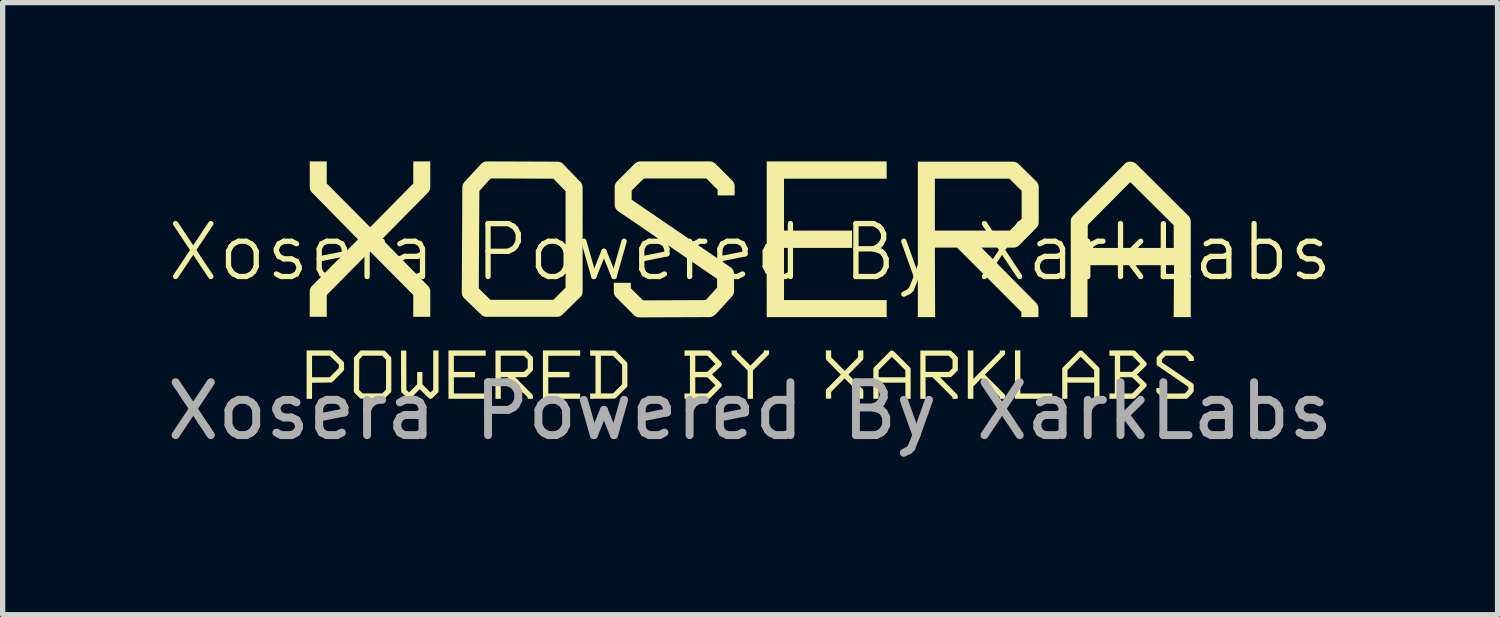
<source format=kicad_pcb>
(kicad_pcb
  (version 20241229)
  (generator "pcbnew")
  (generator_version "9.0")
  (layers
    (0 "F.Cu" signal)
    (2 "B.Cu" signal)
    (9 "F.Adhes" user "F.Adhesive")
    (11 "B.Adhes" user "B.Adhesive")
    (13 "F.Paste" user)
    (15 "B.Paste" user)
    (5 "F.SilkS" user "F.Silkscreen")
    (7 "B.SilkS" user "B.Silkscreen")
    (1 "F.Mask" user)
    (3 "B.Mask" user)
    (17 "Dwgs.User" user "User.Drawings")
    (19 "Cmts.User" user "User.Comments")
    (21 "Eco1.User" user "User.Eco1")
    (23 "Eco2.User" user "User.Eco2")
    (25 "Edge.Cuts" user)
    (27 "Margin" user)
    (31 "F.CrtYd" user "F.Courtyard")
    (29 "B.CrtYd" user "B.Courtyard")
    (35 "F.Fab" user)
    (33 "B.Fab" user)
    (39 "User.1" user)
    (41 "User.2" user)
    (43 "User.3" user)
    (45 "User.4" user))
  (footprint "Xosera Powered By XarkLabs"
    (layer "F.Cu")
    (at 11.125 2.218)
    (property "Reference" "Xosera Powered By XarkLabs" (at 0 -0.5 0) (unlocked yes) (layer "F.SilkS") (effects (font (size 1 1) (thickness 0.1))))
    (attr board_only exclude_from_pos_files exclude_from_bom allow_missing_courtyard)
    (fp_poly (pts (xy 5.107 2.168) (xy 5.71 2.168) (xy 5.71 2.268) (xy 5.006 2.268) (xy 5.006 1.354) (xy 5.107 1.354)) (stroke (width -0.000001) (type solid)) (fill yes) (layer "F.SilkS"))
    (fp_poly (pts (xy -4.996 1.455) (xy -5.598 1.455) (xy -5.598 1.76) (xy -5.199 1.76) (xy -5.199 1.862) (xy -5.598 1.862) (xy -5.598 2.168) (xy -4.996 2.168) (xy -4.996 2.268) (xy -5.7 2.268) (xy -5.7 1.354) (xy -4.996 1.354)) (stroke (width -0.000001) (type solid)) (fill yes) (layer "F.SilkS"))
    (fp_poly (pts (xy -3.211 1.455) (xy -3.814 1.455) (xy -3.814 1.76) (xy -3.414 1.76) (xy -3.414 1.862) (xy -3.814 1.862) (xy -3.814 2.168) (xy -3.211 2.168) (xy -3.211 2.268) (xy -3.915 2.268) (xy -3.915 1.354) (xy -3.211 1.354)) (stroke (width -0.000001) (type solid)) (fill yes) (layer "F.SilkS"))
    (fp_poly (pts (xy 2.581 -1.891) (xy 0.641 -1.891) (xy 0.641 -0.91) (xy 1.927 -0.91) (xy 1.927 -0.583) (xy 0.641 -0.583) (xy 0.641 0.403) (xy 2.581 0.403) (xy 2.581 0.725) (xy 0.314 0.725) (xy 0.314 -2.218) (xy 2.581 -2.218)) (stroke (width -0.000001) (type solid)) (fill yes) (layer "F.SilkS"))
    (fp_poly (pts (xy -0.25 1.386) (xy 0.006 1.64) (xy 0.259 1.384) (xy 0.259 1.354) (xy 0.359 1.354) (xy 0.359 1.404) (xy 0.359 1.407) (xy 0.359 1.41) (xy 0.358 1.412) (xy 0.358 1.415) (xy 0.358 1.417) (xy 0.357 1.42) (xy 0.356 1.422) (xy 0.356 1.425) (xy 0.355 1.427) (xy 0.354 1.429) (xy 0.353 1.431) (xy 0.351 1.433) (xy 0.35 1.435) (xy 0.349 1.437) (xy 0.347 1.439) (xy 0.346 1.44) (xy 0.054 1.732) (xy 0.054 2.268) (xy -0.047 2.268) (xy -0.047 1.732) (xy -0.335 1.442) (xy -0.337 1.44) (xy -0.339 1.438) (xy -0.34 1.436) (xy -0.342 1.434) (xy -0.343 1.432) (xy -0.344 1.43) (xy -0.345 1.428) (xy -0.346 1.426) (xy -0.347 1.424) (xy -0.348 1.421) (xy -0.349 1.419) (xy -0.349 1.417) (xy -0.35 1.414) (xy -0.35 1.412) (xy -0.35 1.41) (xy -0.35 1.407) (xy -0.35 1.354) (xy -0.25 1.354)) (stroke (width -0.000001) (type solid)) (fill yes) (layer "F.SilkS"))
    (fp_poly (pts (xy 4.219 1.893) (xy 4.72 1.387) (xy 4.72 1.356) (xy 4.819 1.356) (xy 4.819 1.407) (xy 4.819 1.41) (xy 4.819 1.412) (xy 4.819 1.414) (xy 4.819 1.417) (xy 4.818 1.419) (xy 4.817 1.421) (xy 4.817 1.424) (xy 4.816 1.426) (xy 4.815 1.428) (xy 4.814 1.43) (xy 4.812 1.432) (xy 4.811 1.434) (xy 4.81 1.436) (xy 4.808 1.438) (xy 4.806 1.44) (xy 4.804 1.442) (xy 4.437 1.812) (xy 4.806 2.181) (xy 4.808 2.183) (xy 4.81 2.185) (xy 4.811 2.187) (xy 4.813 2.189) (xy 4.814 2.191) (xy 4.815 2.193) (xy 4.816 2.195) (xy 4.817 2.197) (xy 4.818 2.2) (xy 4.819 2.202) (xy 4.82 2.204) (xy 4.82 2.206) (xy 4.821 2.209) (xy 4.821 2.211) (xy 4.821 2.214) (xy 4.821 2.216) (xy 4.821 2.268) (xy 4.721 2.268) (xy 4.721 2.236) (xy 4.367 1.882) (xy 4.219 2.036) (xy 4.219 2.268) (xy 4.114 2.268) (xy 4.114 1.354) (xy 4.219 1.354)) (stroke (width -0.000001) (type solid)) (fill yes) (layer "F.SilkS"))
    (fp_poly (pts (xy -7.921 1.354) (xy -7.918 1.354) (xy -7.916 1.354) (xy -7.914 1.355) (xy -7.911 1.355) (xy -7.909 1.356) (xy -7.907 1.357) (xy -7.905 1.358) (xy -7.902 1.359) (xy -7.9 1.36) (xy -7.898 1.361) (xy -7.896 1.362) (xy -7.894 1.364) (xy -7.892 1.365) (xy -7.89 1.367) (xy -7.888 1.369) (xy -7.689 1.565) (xy -7.687 1.567) (xy -7.685 1.569) (xy -7.683 1.571) (xy -7.682 1.573) (xy -7.681 1.575) (xy -7.679 1.577) (xy -7.678 1.579) (xy -7.677 1.582) (xy -7.676 1.584) (xy -7.676 1.586) (xy -7.675 1.588) (xy -7.675 1.591) (xy -7.674 1.593) (xy -7.674 1.595) (xy -7.674 1.598) (xy -7.674 1.6) (xy -7.672 1.707) (xy -7.672 1.709) (xy -7.672 1.712) (xy -7.672 1.714) (xy -7.673 1.716) (xy -7.673 1.719) (xy -7.674 1.721) (xy -7.675 1.723) (xy -7.676 1.725) (xy -7.677 1.728) (xy -7.678 1.73) (xy -7.679 1.732) (xy -7.68 1.734) (xy -7.682 1.736) (xy -7.683 1.738) (xy -7.685 1.74) (xy -7.687 1.742) (xy -7.888 1.946) (xy -7.89 1.948) (xy -7.892 1.95) (xy -7.894 1.952) (xy -7.896 1.953) (xy -7.898 1.954) (xy -7.9 1.956) (xy -7.902 1.957) (xy -7.905 1.958) (xy -7.907 1.959) (xy -7.909 1.959) (xy -7.911 1.96) (xy -7.914 1.96) (xy -7.916 1.961) (xy -7.918 1.961) (xy -7.921 1.961) (xy -7.923 1.961) (xy -8.278 1.965) (xy -8.278 2.269) (xy -8.381 2.269) (xy -8.381 1.862) (xy -8.278 1.862) (xy -7.945 1.862) (xy -7.772 1.687) (xy -7.773 1.622) (xy -7.943 1.454) (xy -8.278 1.455) (xy -8.278 1.862) (xy -8.381 1.862) (xy -8.381 1.354) (xy -7.923 1.354)) (stroke (width -0.000001) (type solid)) (fill yes) (layer "F.SilkS"))
    (fp_poly (pts (xy 2.68 1.356) (xy 2.683 1.356) (xy 2.686 1.356) (xy 2.688 1.357) (xy 2.691 1.357) (xy 2.694 1.358) (xy 2.696 1.358) (xy 2.699 1.359) (xy 2.701 1.36) (xy 2.703 1.361) (xy 2.705 1.363) (xy 2.708 1.364) (xy 2.71 1.365) (xy 2.712 1.367) (xy 2.714 1.369) (xy 2.716 1.371) (xy 3.02 1.673) (xy 3.022 1.675) (xy 3.023 1.677) (xy 3.025 1.679) (xy 3.026 1.681) (xy 3.027 1.683) (xy 3.028 1.685) (xy 3.029 1.687) (xy 3.03 1.689) (xy 3.031 1.691) (xy 3.032 1.693) (xy 3.032 1.696) (xy 3.033 1.698) (xy 3.033 1.701) (xy 3.033 1.703) (xy 3.033 1.706) (xy 3.034 1.708) (xy 3.034 2.268) (xy 2.934 2.268) (xy 2.935 1.963) (xy 2.428 1.963) (xy 2.428 2.268) (xy 2.329 2.268) (xy 2.329 1.727) (xy 2.429 1.727) (xy 2.429 1.862) (xy 2.934 1.862) (xy 2.934 1.728) (xy 2.679 1.475) (xy 2.429 1.727) (xy 2.329 1.727) (xy 2.329 1.705) (xy 2.33 1.703) (xy 2.33 1.701) (xy 2.33 1.698) (xy 2.33 1.696) (xy 2.331 1.694) (xy 2.332 1.692) (xy 2.332 1.69) (xy 2.333 1.688) (xy 2.334 1.686) (xy 2.335 1.684) (xy 2.337 1.682) (xy 2.338 1.68) (xy 2.339 1.678) (xy 2.341 1.676) (xy 2.343 1.674) (xy 2.344 1.672) (xy 2.644 1.371) (xy 2.646 1.369) (xy 2.647 1.367) (xy 2.649 1.365) (xy 2.651 1.364) (xy 2.653 1.363) (xy 2.655 1.361) (xy 2.657 1.36) (xy 2.659 1.359) (xy 2.661 1.358) (xy 2.663 1.358) (xy 2.666 1.357) (xy 2.668 1.357) (xy 2.67 1.356) (xy 2.672 1.356) (xy 2.675 1.356) (xy 2.677 1.356)) (stroke (width -0.000001) (type solid)) (fill yes) (layer "F.SilkS"))
    (fp_poly (pts (xy 6.249 1.356) (xy 6.252 1.356) (xy 6.254 1.356) (xy 6.257 1.357) (xy 6.26 1.357) (xy 6.262 1.358) (xy 6.265 1.358) (xy 6.267 1.359) (xy 6.269 1.36) (xy 6.272 1.361) (xy 6.274 1.363) (xy 6.276 1.364) (xy 6.278 1.365) (xy 6.28 1.367) (xy 6.282 1.369) (xy 6.284 1.371) (xy 6.589 1.673) (xy 6.59 1.675) (xy 6.592 1.677) (xy 6.593 1.679) (xy 6.595 1.681) (xy 6.596 1.683) (xy 6.597 1.685) (xy 6.598 1.687) (xy 6.599 1.689) (xy 6.599 1.691) (xy 6.6 1.693) (xy 6.601 1.696) (xy 6.601 1.698) (xy 6.602 1.701) (xy 6.602 1.703) (xy 6.602 1.706) (xy 6.602 1.708) (xy 6.602 2.268) (xy 6.502 2.268) (xy 6.504 1.963) (xy 5.996 1.963) (xy 5.996 2.268) (xy 5.898 2.268) (xy 5.898 1.862) (xy 5.998 1.862) (xy 6.502 1.862) (xy 6.502 1.728) (xy 6.248 1.475) (xy 5.998 1.727) (xy 5.998 1.862) (xy 5.898 1.862) (xy 5.898 1.705) (xy 5.898 1.703) (xy 5.898 1.701) (xy 5.899 1.698) (xy 5.899 1.696) (xy 5.899 1.694) (xy 5.9 1.692) (xy 5.901 1.69) (xy 5.902 1.688) (xy 5.903 1.686) (xy 5.904 1.684) (xy 5.905 1.682) (xy 5.906 1.68) (xy 5.908 1.678) (xy 5.909 1.676) (xy 5.911 1.674) (xy 5.913 1.672) (xy 6.213 1.371) (xy 6.214 1.369) (xy 6.216 1.367) (xy 6.218 1.365) (xy 6.22 1.364) (xy 6.222 1.363) (xy 6.223 1.361) (xy 6.225 1.36) (xy 6.228 1.359) (xy 6.23 1.358) (xy 6.232 1.358) (xy 6.234 1.357) (xy 6.236 1.357) (xy 6.239 1.356) (xy 6.241 1.356) (xy 6.243 1.356) (xy 6.246 1.356)) (stroke (width -0.000001) (type solid)) (fill yes) (layer "F.SilkS"))
    (fp_poly (pts (xy 7.189 -2.213) (xy 7.198 -2.212) (xy 7.207 -2.211) (xy 7.216 -2.21) (xy 7.224 -2.208) (xy 7.232 -2.206) (xy 7.24 -2.203) (xy 7.248 -2.201) (xy 7.256 -2.197) (xy 7.263 -2.194) (xy 7.27 -2.19) (xy 7.277 -2.186) (xy 7.284 -2.181) (xy 7.291 -2.176) (xy 7.297 -2.17) (xy 7.303 -2.164) (xy 8.284 -1.189) (xy 8.289 -1.183) (xy 8.294 -1.178) (xy 8.299 -1.172) (xy 8.303 -1.166) (xy 8.307 -1.16) (xy 8.31 -1.153) (xy 8.313 -1.146) (xy 8.316 -1.139) (xy 8.319 -1.132) (xy 8.321 -1.125) (xy 8.323 -1.117) (xy 8.324 -1.11) (xy 8.325 -1.102) (xy 8.326 -1.093) (xy 8.327 -1.085) (xy 8.327 -1.076) (xy 8.327 0.725) (xy 8.005 0.725) (xy 8.011 -0.256) (xy 6.376 -0.256) (xy 6.376 0.725) (xy 6.06 0.725) (xy 6.06 -1.017) (xy 6.381 -1.017) (xy 6.381 -0.583) (xy 8.005 -0.583) (xy 8.005 -1.012) (xy 7.185 -1.827) (xy 6.381 -1.017) (xy 6.06 -1.017) (xy 6.06 -1.087) (xy 6.06 -1.094) (xy 6.06 -1.102) (xy 6.061 -1.109) (xy 6.063 -1.116) (xy 6.064 -1.123) (xy 6.066 -1.13) (xy 6.069 -1.137) (xy 6.072 -1.143) (xy 6.075 -1.15) (xy 6.078 -1.157) (xy 6.082 -1.163) (xy 6.087 -1.17) (xy 6.091 -1.176) (xy 6.097 -1.182) (xy 6.102 -1.188) (xy 6.108 -1.194) (xy 7.073 -2.164) (xy 7.078 -2.17) (xy 7.084 -2.176) (xy 7.089 -2.181) (xy 7.095 -2.186) (xy 7.102 -2.19) (xy 7.108 -2.194) (xy 7.114 -2.197) (xy 7.121 -2.201) (xy 7.128 -2.203) (xy 7.135 -2.206) (xy 7.142 -2.208) (xy 7.149 -2.21) (xy 7.156 -2.211) (xy 7.164 -2.212) (xy 7.172 -2.213) (xy 7.18 -2.213)) (stroke (width -0.000001) (type solid)) (fill yes) (layer "F.SilkS"))
    (fp_poly (pts (xy -2.569 1.356) (xy -2.566 1.356) (xy -2.564 1.356) (xy -2.562 1.356) (xy -2.559 1.357) (xy -2.557 1.357) (xy -2.555 1.358) (xy -2.552 1.358) (xy -2.55 1.359) (xy -2.548 1.36) (xy -2.546 1.361) (xy -2.544 1.363) (xy -2.542 1.364) (xy -2.54 1.365) (xy -2.538 1.367) (xy -2.536 1.369) (xy -2.534 1.371) (xy -2.334 1.574) (xy -2.332 1.576) (xy -2.331 1.577) (xy -2.329 1.579) (xy -2.328 1.581) (xy -2.326 1.583) (xy -2.325 1.586) (xy -2.324 1.588) (xy -2.323 1.59) (xy -2.322 1.592) (xy -2.321 1.594) (xy -2.321 1.597) (xy -2.32 1.599) (xy -2.32 1.601) (xy -2.319 1.604) (xy -2.319 1.606) (xy -2.319 1.609) (xy -2.319 2.015) (xy -2.319 2.017) (xy -2.319 2.02) (xy -2.32 2.023) (xy -2.32 2.025) (xy -2.321 2.028) (xy -2.321 2.03) (xy -2.322 2.032) (xy -2.323 2.035) (xy -2.324 2.037) (xy -2.325 2.039) (xy -2.326 2.041) (xy -2.328 2.043) (xy -2.329 2.045) (xy -2.331 2.047) (xy -2.332 2.049) (xy -2.334 2.051) (xy -2.536 2.251) (xy -2.537 2.253) (xy -2.539 2.255) (xy -2.541 2.256) (xy -2.543 2.258) (xy -2.545 2.259) (xy -2.548 2.26) (xy -2.55 2.261) (xy -2.552 2.262) (xy -2.554 2.263) (xy -2.556 2.264) (xy -2.559 2.265) (xy -2.561 2.265) (xy -2.563 2.265) (xy -2.566 2.266) (xy -2.568 2.266) (xy -2.571 2.266) (xy -3.023 2.268) (xy -3.023 2.168) (xy -2.922 2.168) (xy -2.922 2.166) (xy -2.82 2.166) (xy -2.59 2.166) (xy -2.419 1.995) (xy -2.419 1.629) (xy -2.59 1.455) (xy -2.82 1.454) (xy -2.82 2.166) (xy -2.922 2.166) (xy -2.922 1.454) (xy -3.023 1.454) (xy -3.023 1.354)) (stroke (width -0.000001) (type solid)) (fill yes) (layer "F.SilkS"))
    (fp_poly (pts (xy -8 -1.8) (xy -7.18 -0.975) (xy -6.365 -1.8) (xy -6.365 -2.218) (xy -6.044 -2.218) (xy -6.044 -1.736) (xy -6.044 -1.728) (xy -6.044 -1.72) (xy -6.045 -1.712) (xy -6.047 -1.705) (xy -6.048 -1.697) (xy -6.05 -1.69) (xy -6.053 -1.682) (xy -6.056 -1.675) (xy -6.059 -1.668) (xy -6.062 -1.662) (xy -6.066 -1.655) (xy -6.071 -1.648) (xy -6.075 -1.642) (xy -6.08 -1.635) (xy -6.086 -1.629) (xy -6.092 -1.623) (xy -6.955 -0.749) (xy -6.092 0.13) (xy -6.086 0.136) (xy -6.08 0.142) (xy -6.075 0.148) (xy -6.071 0.155) (xy -6.066 0.161) (xy -6.062 0.168) (xy -6.059 0.175) (xy -6.056 0.182) (xy -6.053 0.189) (xy -6.05 0.196) (xy -6.048 0.204) (xy -6.047 0.211) (xy -6.045 0.219) (xy -6.044 0.226) (xy -6.044 0.234) (xy -6.044 0.242) (xy -6.044 0.719) (xy -6.365 0.719) (xy -6.365 0.307) (xy -7.185 -0.519) (xy -8 0.307) (xy -8 0.719) (xy -8.322 0.719) (xy -8.322 0.242) (xy -8.321 0.234) (xy -8.321 0.226) (xy -8.32 0.219) (xy -8.319 0.211) (xy -8.317 0.204) (xy -8.315 0.196) (xy -8.312 0.189) (xy -8.31 0.182) (xy -8.306 0.175) (xy -8.303 0.168) (xy -8.299 0.161) (xy -8.294 0.155) (xy -8.29 0.148) (xy -8.285 0.142) (xy -8.279 0.136) (xy -8.273 0.13) (xy -7.41 -0.744) (xy -8.273 -1.623) (xy -8.279 -1.629) (xy -8.285 -1.635) (xy -8.29 -1.642) (xy -8.294 -1.648) (xy -8.299 -1.655) (xy -8.303 -1.662) (xy -8.306 -1.668) (xy -8.31 -1.675) (xy -8.312 -1.682) (xy -8.315 -1.69) (xy -8.317 -1.697) (xy -8.319 -1.705) (xy -8.32 -1.712) (xy -8.321 -1.72) (xy -8.321 -1.728) (xy -8.322 -1.736) (xy -8.322 -2.218) (xy -8 -2.218)) (stroke (width -0.000001) (type solid)) (fill yes) (layer "F.SilkS"))
    (fp_poly (pts (xy 1.532 1.484) (xy 1.787 1.74) (xy 2.04 1.484) (xy 2.04 1.354) (xy 2.14 1.354) (xy 2.14 1.504) (xy 2.14 1.506) (xy 2.14 1.509) (xy 2.139 1.511) (xy 2.139 1.513) (xy 2.138 1.516) (xy 2.138 1.518) (xy 2.137 1.52) (xy 2.136 1.522) (xy 2.135 1.525) (xy 2.134 1.527) (xy 2.133 1.529) (xy 2.131 1.531) (xy 2.13 1.533) (xy 2.128 1.535) (xy 2.127 1.537) (xy 2.125 1.539) (xy 1.857 1.81) (xy 2.125 2.083) (xy 2.127 2.085) (xy 2.128 2.087) (xy 2.13 2.089) (xy 2.131 2.091) (xy 2.133 2.093) (xy 2.134 2.095) (xy 2.135 2.097) (xy 2.136 2.099) (xy 2.137 2.101) (xy 2.138 2.104) (xy 2.138 2.106) (xy 2.139 2.108) (xy 2.139 2.111) (xy 2.14 2.113) (xy 2.14 2.115) (xy 2.14 2.118) (xy 2.14 2.266) (xy 2.04 2.266) (xy 2.04 2.138) (xy 1.785 1.882) (xy 1.532 2.138) (xy 1.532 2.266) (xy 1.432 2.266) (xy 1.432 2.118) (xy 1.432 2.115) (xy 1.433 2.113) (xy 1.433 2.111) (xy 1.433 2.108) (xy 1.434 2.106) (xy 1.434 2.104) (xy 1.435 2.101) (xy 1.436 2.099) (xy 1.437 2.097) (xy 1.438 2.095) (xy 1.439 2.093) (xy 1.441 2.091) (xy 1.442 2.089) (xy 1.444 2.087) (xy 1.446 2.085) (xy 1.447 2.083) (xy 1.715 1.812) (xy 1.447 1.539) (xy 1.446 1.537) (xy 1.444 1.535) (xy 1.442 1.533) (xy 1.441 1.531) (xy 1.439 1.529) (xy 1.438 1.527) (xy 1.437 1.525) (xy 1.436 1.522) (xy 1.435 1.52) (xy 1.434 1.518) (xy 1.434 1.516) (xy 1.433 1.513) (xy 1.433 1.511) (xy 1.433 1.509) (xy 1.432 1.506) (xy 1.432 1.504) (xy 1.432 1.354) (xy 1.532 1.354)) (stroke (width -0.000001) (type solid)) (fill yes) (layer "F.SilkS"))
    (fp_poly (pts (xy -4.252 1.356) (xy -4.25 1.356) (xy -4.248 1.356) (xy -4.245 1.357) (xy -4.243 1.357) (xy -4.241 1.358) (xy -4.238 1.358) (xy -4.236 1.359) (xy -4.234 1.36) (xy -4.232 1.361) (xy -4.23 1.363) (xy -4.228 1.364) (xy -4.226 1.365) (xy -4.224 1.367) (xy -4.222 1.369) (xy -4.22 1.371) (xy -4.118 1.47) (xy -4.117 1.472) (xy -4.115 1.474) (xy -4.113 1.476) (xy -4.112 1.478) (xy -4.111 1.48) (xy -4.109 1.482) (xy -4.108 1.484) (xy -4.107 1.487) (xy -4.106 1.489) (xy -4.106 1.491) (xy -4.105 1.493) (xy -4.104 1.496) (xy -4.104 1.498) (xy -4.104 1.5) (xy -4.104 1.503) (xy -4.103 1.505) (xy -4.103 1.71) (xy -4.104 1.713) (xy -4.104 1.715) (xy -4.104 1.717) (xy -4.104 1.72) (xy -4.105 1.722) (xy -4.106 1.724) (xy -4.106 1.727) (xy -4.107 1.729) (xy -4.108 1.731) (xy -4.109 1.733) (xy -4.111 1.735) (xy -4.112 1.737) (xy -4.113 1.739) (xy -4.115 1.741) (xy -4.117 1.743) (xy -4.118 1.745) (xy -4.217 1.845) (xy -4.219 1.847) (xy -4.22 1.848) (xy -4.222 1.85) (xy -4.224 1.851) (xy -4.226 1.853) (xy -4.229 1.854) (xy -4.231 1.855) (xy -4.233 1.856) (xy -4.235 1.857) (xy -4.237 1.858) (xy -4.24 1.858) (xy -4.242 1.859) (xy -4.244 1.859) (xy -4.247 1.86) (xy -4.249 1.86) (xy -4.252 1.86) (xy -4.44 1.86) (xy -4.12 2.183) (xy -4.118 2.185) (xy -4.117 2.187) (xy -4.115 2.189) (xy -4.114 2.191) (xy -4.112 2.193) (xy -4.111 2.195) (xy -4.11 2.197) (xy -4.109 2.199) (xy -4.108 2.201) (xy -4.107 2.203) (xy -4.107 2.206) (xy -4.106 2.208) (xy -4.106 2.21) (xy -4.105 2.213) (xy -4.105 2.215) (xy -4.105 2.218) (xy -4.105 2.268) (xy -4.205 2.268) (xy -4.205 2.238) (xy -4.583 1.86) (xy -4.713 1.86) (xy -4.711 2.268) (xy -4.812 2.268) (xy -4.812 1.76) (xy -4.713 1.76) (xy -4.273 1.76) (xy -4.203 1.69) (xy -4.203 1.527) (xy -4.275 1.455) (xy -4.713 1.455) (xy -4.713 1.76) (xy -4.812 1.76) (xy -4.812 1.356) (xy -4.255 1.356)) (stroke (width -0.000001) (type solid)) (fill yes) (layer "F.SilkS"))
    (fp_poly (pts (xy 3.777 1.356) (xy 3.779 1.356) (xy 3.782 1.356) (xy 3.784 1.357) (xy 3.786 1.357) (xy 3.788 1.358) (xy 3.791 1.358) (xy 3.793 1.359) (xy 3.795 1.36) (xy 3.797 1.361) (xy 3.799 1.363) (xy 3.801 1.364) (xy 3.803 1.365) (xy 3.805 1.367) (xy 3.807 1.369) (xy 3.809 1.371) (xy 3.911 1.47) (xy 3.912 1.472) (xy 3.914 1.474) (xy 3.916 1.476) (xy 3.917 1.478) (xy 3.919 1.48) (xy 3.92 1.482) (xy 3.921 1.484) (xy 3.922 1.487) (xy 3.923 1.489) (xy 3.924 1.491) (xy 3.924 1.493) (xy 3.925 1.496) (xy 3.925 1.498) (xy 3.925 1.5) (xy 3.926 1.503) (xy 3.926 1.505) (xy 3.926 1.71) (xy 3.926 1.713) (xy 3.925 1.715) (xy 3.925 1.717) (xy 3.925 1.72) (xy 3.924 1.722) (xy 3.924 1.724) (xy 3.923 1.727) (xy 3.922 1.729) (xy 3.921 1.731) (xy 3.92 1.733) (xy 3.919 1.735) (xy 3.917 1.737) (xy 3.916 1.739) (xy 3.914 1.741) (xy 3.912 1.743) (xy 3.911 1.745) (xy 3.812 1.845) (xy 3.811 1.847) (xy 3.809 1.848) (xy 3.807 1.85) (xy 3.805 1.851) (xy 3.803 1.853) (xy 3.801 1.854) (xy 3.798 1.855) (xy 3.796 1.856) (xy 3.794 1.857) (xy 3.792 1.858) (xy 3.79 1.858) (xy 3.787 1.859) (xy 3.785 1.859) (xy 3.782 1.86) (xy 3.78 1.86) (xy 3.778 1.86) (xy 3.589 1.86) (xy 3.909 2.183) (xy 3.911 2.185) (xy 3.913 2.187) (xy 3.914 2.189) (xy 3.916 2.191) (xy 3.917 2.193) (xy 3.918 2.195) (xy 3.919 2.197) (xy 3.92 2.199) (xy 3.921 2.201) (xy 3.922 2.203) (xy 3.923 2.206) (xy 3.923 2.208) (xy 3.923 2.21) (xy 3.924 2.213) (xy 3.924 2.215) (xy 3.924 2.218) (xy 3.924 2.268) (xy 3.824 2.268) (xy 3.824 2.238) (xy 3.446 1.86) (xy 3.316 1.86) (xy 3.318 2.268) (xy 3.217 2.268) (xy 3.217 1.76) (xy 3.316 1.76) (xy 3.756 1.76) (xy 3.826 1.69) (xy 3.826 1.527) (xy 3.754 1.455) (xy 3.316 1.455) (xy 3.316 1.76) (xy 3.217 1.76) (xy 3.217 1.356) (xy 3.774 1.356)) (stroke (width -0.000001) (type solid)) (fill yes) (layer "F.SilkS"))
    (fp_poly (pts (xy 4.974 -2.213) (xy 4.982 -2.212) (xy 4.99 -2.211) (xy 4.997 -2.21) (xy 5.005 -2.208) (xy 5.012 -2.206) (xy 5.019 -2.203) (xy 5.026 -2.201) (xy 5.033 -2.197) (xy 5.04 -2.194) (xy 5.047 -2.19) (xy 5.054 -2.186) (xy 5.06 -2.181) (xy 5.066 -2.176) (xy 5.073 -2.17) (xy 5.079 -2.164) (xy 5.406 -1.843) (xy 5.411 -1.837) (xy 5.417 -1.831) (xy 5.422 -1.824) (xy 5.427 -1.818) (xy 5.431 -1.811) (xy 5.435 -1.804) (xy 5.439 -1.798) (xy 5.442 -1.791) (xy 5.445 -1.784) (xy 5.447 -1.776) (xy 5.449 -1.769) (xy 5.451 -1.761) (xy 5.452 -1.754) (xy 5.453 -1.746) (xy 5.454 -1.738) (xy 5.454 -1.73) (xy 5.454 -1.071) (xy 5.454 -1.063) (xy 5.453 -1.055) (xy 5.452 -1.047) (xy 5.451 -1.04) (xy 5.449 -1.032) (xy 5.447 -1.025) (xy 5.445 -1.018) (xy 5.442 -1.011) (xy 5.439 -1.004) (xy 5.435 -0.997) (xy 5.431 -0.99) (xy 5.427 -0.984) (xy 5.422 -0.977) (xy 5.417 -0.971) (xy 5.411 -0.965) (xy 5.406 -0.958) (xy 5.089 -0.637) (xy 5.083 -0.631) (xy 5.077 -0.626) (xy 5.071 -0.62) (xy 5.064 -0.616) (xy 5.058 -0.611) (xy 5.051 -0.607) (xy 5.044 -0.604) (xy 5.037 -0.601) (xy 5.03 -0.598) (xy 5.023 -0.595) (xy 5.015 -0.593) (xy 5.008 -0.592) (xy 5 -0.59) (xy 4.993 -0.589) (xy 4.985 -0.589) (xy 4.977 -0.589) (xy 4.371 -0.589) (xy 5.4 0.451) (xy 5.406 0.457) (xy 5.412 0.464) (xy 5.417 0.47) (xy 5.421 0.476) (xy 5.426 0.483) (xy 5.43 0.49) (xy 5.433 0.497) (xy 5.436 0.504) (xy 5.439 0.511) (xy 5.442 0.518) (xy 5.444 0.525) (xy 5.446 0.533) (xy 5.447 0.54) (xy 5.448 0.548) (xy 5.448 0.556) (xy 5.449 0.564) (xy 5.449 0.725) (xy 5.127 0.725) (xy 5.127 0.628) (xy 3.91 -0.589) (xy 3.492 -0.589) (xy 3.497 0.725) (xy 3.17 0.725) (xy 3.17 -0.91) (xy 3.492 -0.91) (xy 4.907 -0.91) (xy 5.132 -1.135) (xy 5.132 -1.661) (xy 4.902 -1.891) (xy 3.492 -1.891) (xy 3.492 -0.91) (xy 3.17 -0.91) (xy 3.17 -2.213) (xy 4.966 -2.213)) (stroke (width -0.000001) (type solid)) (fill yes) (layer "F.SilkS"))
    (fp_poly (pts (xy -5.888 2.12) (xy -5.888 2.122) (xy -5.888 2.125) (xy -5.888 2.127) (xy -5.889 2.13) (xy -5.889 2.132) (xy -5.89 2.135) (xy -5.891 2.137) (xy -5.891 2.14) (xy -5.892 2.142) (xy -5.894 2.144) (xy -5.895 2.146) (xy -5.896 2.148) (xy -5.898 2.15) (xy -5.899 2.152) (xy -5.901 2.154) (xy -5.903 2.156) (xy -6.004 2.254) (xy -6.006 2.256) (xy -6.008 2.257) (xy -6.01 2.259) (xy -6.013 2.26) (xy -6.015 2.261) (xy -6.017 2.262) (xy -6.019 2.263) (xy -6.021 2.264) (xy -6.023 2.265) (xy -6.026 2.266) (xy -6.028 2.266) (xy -6.03 2.267) (xy -6.032 2.267) (xy -6.035 2.267) (xy -6.037 2.268) (xy -6.039 2.268) (xy -6.042 2.268) (xy -6.044 2.267) (xy -6.046 2.267) (xy -6.049 2.267) (xy -6.051 2.266) (xy -6.053 2.266) (xy -6.056 2.265) (xy -6.058 2.264) (xy -6.06 2.263) (xy -6.062 2.262) (xy -6.064 2.261) (xy -6.066 2.259) (xy -6.068 2.258) (xy -6.07 2.256) (xy -6.072 2.255) (xy -6.074 2.253) (xy -6.244 2.088) (xy -6.41 2.254) (xy -6.412 2.256) (xy -6.414 2.258) (xy -6.416 2.259) (xy -6.418 2.261) (xy -6.42 2.262) (xy -6.422 2.263) (xy -6.424 2.265) (xy -6.427 2.266) (xy -6.429 2.266) (xy -6.431 2.267) (xy -6.433 2.268) (xy -6.436 2.268) (xy -6.438 2.269) (xy -6.44 2.269) (xy -6.443 2.269) (xy -6.445 2.269) (xy -6.448 2.269) (xy -6.45 2.269) (xy -6.453 2.269) (xy -6.455 2.268) (xy -6.457 2.268) (xy -6.46 2.267) (xy -6.462 2.266) (xy -6.464 2.266) (xy -6.466 2.265) (xy -6.468 2.263) (xy -6.47 2.262) (xy -6.472 2.261) (xy -6.474 2.259) (xy -6.476 2.258) (xy -6.478 2.256) (xy -6.48 2.254) (xy -6.58 2.154) (xy -6.582 2.153) (xy -6.584 2.151) (xy -6.585 2.149) (xy -6.587 2.147) (xy -6.588 2.145) (xy -6.589 2.143) (xy -6.59 2.14) (xy -6.591 2.138) (xy -6.592 2.136) (xy -6.593 2.134) (xy -6.594 2.132) (xy -6.594 2.129) (xy -6.595 2.127) (xy -6.595 2.124) (xy -6.595 2.122) (xy -6.595 2.12) (xy -6.597 1.356) (xy -6.497 1.356) (xy -6.495 2.1) (xy -6.445 2.148) (xy -6.292 1.995) (xy -6.292 1.763) (xy -6.192 1.763) (xy -6.192 1.998) (xy -6.039 2.148) (xy -5.988 2.098) (xy -5.988 1.354) (xy -5.888 1.354)) (stroke (width -0.000001) (type solid)) (fill yes) (layer "F.SilkS"))
    (fp_poly (pts (xy -0.783 1.354) (xy -0.78 1.354) (xy -0.778 1.354) (xy -0.776 1.355) (xy -0.774 1.355) (xy -0.772 1.356) (xy -0.769 1.357) (xy -0.767 1.358) (xy -0.765 1.359) (xy -0.763 1.36) (xy -0.76 1.361) (xy -0.758 1.362) (xy -0.755 1.364) (xy -0.753 1.365) (xy -0.75 1.367) (xy -0.748 1.369) (xy -0.548 1.577) (xy -0.547 1.579) (xy -0.545 1.58) (xy -0.544 1.582) (xy -0.542 1.584) (xy -0.541 1.586) (xy -0.54 1.588) (xy -0.539 1.59) (xy -0.538 1.592) (xy -0.538 1.594) (xy -0.537 1.596) (xy -0.536 1.598) (xy -0.536 1.601) (xy -0.535 1.603) (xy -0.535 1.605) (xy -0.535 1.608) (xy -0.535 1.61) (xy -0.535 1.613) (xy -0.535 1.616) (xy -0.535 1.619) (xy -0.536 1.621) (xy -0.536 1.624) (xy -0.537 1.627) (xy -0.538 1.629) (xy -0.539 1.631) (xy -0.54 1.634) (xy -0.541 1.636) (xy -0.542 1.638) (xy -0.543 1.641) (xy -0.545 1.643) (xy -0.546 1.645) (xy -0.548 1.647) (xy -0.55 1.649) (xy -0.718 1.81) (xy -0.55 1.975) (xy -0.548 1.977) (xy -0.546 1.979) (xy -0.545 1.98) (xy -0.543 1.982) (xy -0.542 1.984) (xy -0.541 1.986) (xy -0.54 1.988) (xy -0.539 1.991) (xy -0.538 1.993) (xy -0.537 1.995) (xy -0.536 1.997) (xy -0.536 1.999) (xy -0.535 2.001) (xy -0.535 2.004) (xy -0.535 2.006) (xy -0.535 2.008) (xy -0.535 2.011) (xy -0.535 2.013) (xy -0.535 2.016) (xy -0.536 2.018) (xy -0.536 2.021) (xy -0.537 2.023) (xy -0.538 2.026) (xy -0.539 2.028) (xy -0.54 2.03) (xy -0.541 2.032) (xy -0.542 2.035) (xy -0.543 2.037) (xy -0.545 2.039) (xy -0.546 2.041) (xy -0.548 2.043) (xy -0.55 2.045) (xy -0.753 2.253) (xy -0.755 2.255) (xy -0.757 2.256) (xy -0.759 2.258) (xy -0.761 2.259) (xy -0.763 2.261) (xy -0.765 2.262) (xy -0.767 2.263) (xy -0.769 2.264) (xy -0.771 2.265) (xy -0.774 2.266) (xy -0.776 2.266) (xy -0.778 2.267) (xy -0.781 2.267) (xy -0.783 2.267) (xy -0.785 2.268) (xy -0.788 2.268) (xy -1.239 2.268) (xy -1.239 2.168) (xy -1.137 2.168) (xy -1.036 2.168) (xy -0.81 2.168) (xy -0.655 2.011) (xy -0.808 1.862) (xy -1.036 1.862) (xy -1.036 2.168) (xy -1.137 2.168) (xy -1.137 1.76) (xy -1.036 1.76) (xy -0.81 1.76) (xy -0.655 1.61) (xy -0.806 1.454) (xy -1.036 1.454) (xy -1.036 1.76) (xy -1.137 1.76) (xy -1.137 1.454) (xy -1.239 1.454) (xy -1.239 1.354) (xy -0.785 1.354)) (stroke (width -0.000001) (type solid)) (fill yes) (layer "F.SilkS"))
    (fp_poly (pts (xy 7.247 1.354) (xy 7.249 1.354) (xy 7.251 1.354) (xy 7.253 1.355) (xy 7.255 1.355) (xy 7.257 1.356) (xy 7.26 1.357) (xy 7.262 1.358) (xy 7.264 1.359) (xy 7.267 1.36) (xy 7.269 1.361) (xy 7.271 1.362) (xy 7.274 1.364) (xy 7.276 1.365) (xy 7.279 1.367) (xy 7.281 1.369) (xy 7.481 1.577) (xy 7.482 1.579) (xy 7.484 1.58) (xy 7.485 1.582) (xy 7.487 1.584) (xy 7.488 1.586) (xy 7.489 1.588) (xy 7.49 1.59) (xy 7.491 1.592) (xy 7.492 1.594) (xy 7.492 1.596) (xy 7.493 1.598) (xy 7.493 1.601) (xy 7.494 1.603) (xy 7.494 1.605) (xy 7.494 1.608) (xy 7.494 1.61) (xy 7.494 1.613) (xy 7.494 1.616) (xy 7.494 1.619) (xy 7.493 1.621) (xy 7.493 1.624) (xy 7.492 1.627) (xy 7.491 1.629) (xy 7.49 1.631) (xy 7.489 1.634) (xy 7.488 1.636) (xy 7.487 1.638) (xy 7.486 1.641) (xy 7.484 1.643) (xy 7.483 1.645) (xy 7.481 1.647) (xy 7.479 1.649) (xy 7.311 1.81) (xy 7.479 1.975) (xy 7.481 1.977) (xy 7.483 1.979) (xy 7.484 1.98) (xy 7.486 1.982) (xy 7.487 1.984) (xy 7.488 1.986) (xy 7.489 1.988) (xy 7.49 1.991) (xy 7.491 1.993) (xy 7.492 1.995) (xy 7.493 1.997) (xy 7.493 1.999) (xy 7.494 2.001) (xy 7.494 2.004) (xy 7.494 2.006) (xy 7.494 2.008) (xy 7.494 2.011) (xy 7.494 2.013) (xy 7.494 2.016) (xy 7.493 2.018) (xy 7.493 2.021) (xy 7.492 2.023) (xy 7.491 2.026) (xy 7.49 2.028) (xy 7.489 2.03) (xy 7.488 2.032) (xy 7.487 2.035) (xy 7.486 2.037) (xy 7.484 2.039) (xy 7.483 2.041) (xy 7.481 2.043) (xy 7.479 2.045) (xy 7.276 2.253) (xy 7.274 2.255) (xy 7.272 2.256) (xy 7.27 2.258) (xy 7.268 2.259) (xy 7.266 2.261) (xy 7.264 2.262) (xy 7.262 2.263) (xy 7.26 2.264) (xy 7.258 2.265) (xy 7.255 2.266) (xy 7.253 2.266) (xy 7.251 2.267) (xy 7.248 2.267) (xy 7.246 2.267) (xy 7.244 2.268) (xy 7.241 2.268) (xy 6.79 2.268) (xy 6.79 2.168) (xy 6.892 2.168) (xy 6.993 2.168) (xy 7.22 2.168) (xy 7.374 2.011) (xy 7.221 1.862) (xy 6.993 1.862) (xy 6.993 2.168) (xy 6.892 2.168) (xy 6.892 1.76) (xy 6.993 1.76) (xy 7.22 1.76) (xy 7.374 1.61) (xy 7.223 1.454) (xy 6.993 1.454) (xy 6.993 1.76) (xy 6.892 1.76) (xy 6.892 1.454) (xy 6.79 1.454) (xy 6.79 1.354) (xy 7.244 1.354)) (stroke (width -0.000001) (type solid)) (fill yes) (layer "F.SilkS"))
    (fp_poly (pts (xy -6.93 1.356) (xy -6.927 1.356) (xy -6.924 1.356) (xy -6.921 1.356) (xy -6.918 1.357) (xy -6.915 1.357) (xy -6.913 1.358) (xy -6.91 1.358) (xy -6.908 1.359) (xy -6.906 1.36) (xy -6.904 1.361) (xy -6.902 1.363) (xy -6.9 1.364) (xy -6.898 1.365) (xy -6.896 1.367) (xy -6.894 1.369) (xy -6.893 1.371) (xy -6.793 1.474) (xy -6.792 1.475) (xy -6.79 1.477) (xy -6.789 1.479) (xy -6.787 1.481) (xy -6.786 1.483) (xy -6.785 1.485) (xy -6.784 1.487) (xy -6.783 1.489) (xy -6.782 1.491) (xy -6.782 1.494) (xy -6.781 1.496) (xy -6.781 1.498) (xy -6.78 1.501) (xy -6.78 1.503) (xy -6.78 1.506) (xy -6.78 1.509) (xy -6.78 2.116) (xy -6.78 2.119) (xy -6.78 2.122) (xy -6.78 2.125) (xy -6.781 2.127) (xy -6.781 2.13) (xy -6.782 2.132) (xy -6.783 2.134) (xy -6.784 2.137) (xy -6.785 2.139) (xy -6.786 2.141) (xy -6.787 2.143) (xy -6.788 2.145) (xy -6.79 2.146) (xy -6.791 2.148) (xy -6.793 2.15) (xy -6.795 2.151) (xy -6.896 2.251) (xy -6.898 2.253) (xy -6.9 2.255) (xy -6.902 2.256) (xy -6.904 2.258) (xy -6.906 2.259) (xy -6.908 2.26) (xy -6.91 2.261) (xy -6.913 2.262) (xy -6.915 2.263) (xy -6.917 2.264) (xy -6.919 2.265) (xy -6.922 2.265) (xy -6.924 2.265) (xy -6.926 2.266) (xy -6.929 2.266) (xy -6.931 2.266) (xy -7.341 2.266) (xy -7.343 2.266) (xy -7.346 2.266) (xy -7.349 2.266) (xy -7.351 2.265) (xy -7.353 2.265) (xy -7.356 2.264) (xy -7.358 2.263) (xy -7.36 2.263) (xy -7.362 2.262) (xy -7.365 2.261) (xy -7.367 2.26) (xy -7.368 2.259) (xy -7.37 2.257) (xy -7.372 2.256) (xy -7.374 2.254) (xy -7.376 2.253) (xy -7.474 2.158) (xy -7.476 2.156) (xy -7.477 2.154) (xy -7.479 2.152) (xy -7.48 2.15) (xy -7.482 2.148) (xy -7.483 2.146) (xy -7.484 2.143) (xy -7.485 2.141) (xy -7.486 2.139) (xy -7.487 2.136) (xy -7.487 2.134) (xy -7.488 2.132) (xy -7.488 2.129) (xy -7.489 2.127) (xy -7.489 2.124) (xy -7.489 2.121) (xy -7.489 2.1) (xy -7.389 2.1) (xy -7.321 2.166) (xy -6.951 2.166) (xy -6.88 2.095) (xy -6.88 1.529) (xy -6.951 1.455) (xy -7.319 1.454) (xy -7.386 1.527) (xy -7.389 2.1) (xy -7.489 2.1) (xy -7.486 1.507) (xy -7.485 1.505) (xy -7.485 1.502) (xy -7.485 1.5) (xy -7.485 1.497) (xy -7.484 1.495) (xy -7.484 1.493) (xy -7.483 1.491) (xy -7.482 1.489) (xy -7.481 1.487) (xy -7.48 1.485) (xy -7.479 1.483) (xy -7.478 1.481) (xy -7.477 1.479) (xy -7.475 1.477) (xy -7.474 1.475) (xy -7.472 1.474) (xy -7.472 1.474) (xy -7.377 1.371) (xy -7.375 1.369) (xy -7.373 1.367) (xy -7.371 1.365) (xy -7.369 1.363) (xy -7.367 1.362) (xy -7.365 1.36) (xy -7.363 1.359) (xy -7.361 1.358) (xy -7.358 1.357) (xy -7.356 1.356) (xy -7.354 1.356) (xy -7.351 1.355) (xy -7.349 1.354) (xy -7.346 1.354) (xy -7.343 1.354) (xy -7.341 1.354)) (stroke (width -0.000001) (type solid)) (fill yes) (layer "F.SilkS"))
    (fp_poly (pts (xy -3.648 -2.213) (xy -3.638 -2.213) (xy -3.628 -2.212) (xy -3.619 -2.211) (xy -3.61 -2.21) (xy -3.602 -2.208) (xy -3.593 -2.206) (xy -3.585 -2.203) (xy -3.578 -2.201) (xy -3.571 -2.197) (xy -3.564 -2.194) (xy -3.557 -2.19) (xy -3.551 -2.186) (xy -3.545 -2.181) (xy -3.54 -2.176) (xy -3.535 -2.17) (xy -3.53 -2.164) (xy -3.208 -1.832) (xy -3.203 -1.827) (xy -3.198 -1.821) (xy -3.193 -1.815) (xy -3.189 -1.809) (xy -3.185 -1.803) (xy -3.182 -1.796) (xy -3.179 -1.79) (xy -3.176 -1.783) (xy -3.173 -1.775) (xy -3.171 -1.768) (xy -3.169 -1.761) (xy -3.168 -1.753) (xy -3.167 -1.745) (xy -3.166 -1.737) (xy -3.165 -1.728) (xy -3.165 -1.72) (xy -3.165 0.237) (xy -3.165 0.246) (xy -3.166 0.255) (xy -3.167 0.264) (xy -3.168 0.272) (xy -3.17 0.28) (xy -3.172 0.288) (xy -3.174 0.295) (xy -3.177 0.303) (xy -3.18 0.309) (xy -3.184 0.316) (xy -3.188 0.322) (xy -3.192 0.328) (xy -3.197 0.334) (xy -3.202 0.339) (xy -3.208 0.345) (xy -3.213 0.349) (xy -3.54 0.671) (xy -3.546 0.677) (xy -3.553 0.682) (xy -3.559 0.687) (xy -3.566 0.692) (xy -3.572 0.696) (xy -3.579 0.7) (xy -3.586 0.704) (xy -3.593 0.707) (xy -3.6 0.71) (xy -3.607 0.712) (xy -3.614 0.715) (xy -3.622 0.716) (xy -3.629 0.718) (xy -3.637 0.719) (xy -3.645 0.719) (xy -3.653 0.719) (xy -4.972 0.719) (xy -4.98 0.719) (xy -4.989 0.719) (xy -4.997 0.718) (xy -5.005 0.717) (xy -5.012 0.715) (xy -5.02 0.713) (xy -5.027 0.711) (xy -5.035 0.709) (xy -5.041 0.706) (xy -5.048 0.703) (xy -5.055 0.699) (xy -5.061 0.695) (xy -5.067 0.691) (xy -5.073 0.686) (xy -5.079 0.682) (xy -5.084 0.676) (xy -5.4 0.371) (xy -5.406 0.365) (xy -5.412 0.358) (xy -5.417 0.352) (xy -5.421 0.345) (xy -5.426 0.339) (xy -5.43 0.332) (xy -5.433 0.325) (xy -5.437 0.317) (xy -5.439 0.31) (xy -5.442 0.302) (xy -5.444 0.294) (xy -5.446 0.286) (xy -5.447 0.278) (xy -5.448 0.27) (xy -5.448 0.262) (xy -5.449 0.253) (xy -5.448 0.183) (xy -5.127 0.183) (xy -4.907 0.398) (xy -3.717 0.398) (xy -3.487 0.167) (xy -3.487 -1.655) (xy -3.717 -1.891) (xy -4.902 -1.896) (xy -5.116 -1.661) (xy -5.127 0.183) (xy -5.448 0.183) (xy -5.438 -1.725) (xy -5.438 -1.733) (xy -5.437 -1.741) (xy -5.436 -1.748) (xy -5.435 -1.756) (xy -5.434 -1.763) (xy -5.432 -1.77) (xy -5.43 -1.777) (xy -5.427 -1.784) (xy -5.424 -1.791) (xy -5.421 -1.797) (xy -5.418 -1.803) (xy -5.414 -1.809) (xy -5.41 -1.815) (xy -5.405 -1.821) (xy -5.4 -1.827) (xy -5.395 -1.832) (xy -5.395 -1.832) (xy -5.089 -2.164) (xy -5.083 -2.171) (xy -5.077 -2.177) (xy -5.071 -2.183) (xy -5.064 -2.188) (xy -5.057 -2.193) (xy -5.05 -2.197) (xy -5.043 -2.201) (xy -5.036 -2.205) (xy -5.028 -2.208) (xy -5.021 -2.211) (xy -5.013 -2.213) (xy -5.005 -2.215) (xy -4.997 -2.216) (xy -4.989 -2.217) (xy -4.98 -2.218) (xy -4.972 -2.218)) (stroke (width -0.000001) (type solid)) (fill yes) (layer "F.SilkS"))
    (fp_poly (pts (xy -0.756 -2.218) (xy -0.748 -2.217) (xy -0.74 -2.216) (xy -0.733 -2.215) (xy -0.725 -2.213) (xy -0.718 -2.211) (xy -0.711 -2.209) (xy -0.704 -2.206) (xy -0.697 -2.203) (xy -0.69 -2.199) (xy -0.683 -2.195) (xy -0.676 -2.191) (xy -0.67 -2.186) (xy -0.664 -2.181) (xy -0.657 -2.176) (xy -0.651 -2.17) (xy -0.34 -1.859) (xy -0.335 -1.853) (xy -0.329 -1.847) (xy -0.324 -1.84) (xy -0.319 -1.834) (xy -0.315 -1.827) (xy -0.311 -1.821) (xy -0.307 -1.814) (xy -0.304 -1.807) (xy -0.301 -1.8) (xy -0.299 -1.792) (xy -0.297 -1.785) (xy -0.295 -1.778) (xy -0.294 -1.77) (xy -0.293 -1.762) (xy -0.292 -1.754) (xy -0.292 -1.746) (xy -0.292 -1.575) (xy -0.614 -1.575) (xy -0.614 -1.682) (xy -0.828 -1.896) (xy -2.007 -1.896) (xy -2.238 -1.666) (xy -2.238 -1.494) (xy -0.373 -0.219) (xy -0.364 -0.213) (xy -0.356 -0.206) (xy -0.349 -0.199) (xy -0.342 -0.192) (xy -0.336 -0.185) (xy -0.33 -0.177) (xy -0.327 -0.173) (xy -0.325 -0.169) (xy -0.323 -0.165) (xy -0.32 -0.161) (xy -0.318 -0.157) (xy -0.316 -0.153) (xy -0.313 -0.144) (xy -0.31 -0.135) (xy -0.307 -0.125) (xy -0.305 -0.116) (xy -0.304 -0.106) (xy -0.303 -0.095) (xy -0.303 -0.085) (xy -0.303 0.231) (xy -0.303 0.238) (xy -0.304 0.245) (xy -0.304 0.252) (xy -0.306 0.258) (xy -0.307 0.265) (xy -0.309 0.272) (xy -0.311 0.278) (xy -0.314 0.285) (xy -0.316 0.292) (xy -0.32 0.298) (xy -0.323 0.305) (xy -0.327 0.312) (xy -0.331 0.319) (xy -0.336 0.325) (xy -0.341 0.332) (xy -0.346 0.339) (xy -0.651 0.671) (xy -0.658 0.678) (xy -0.665 0.684) (xy -0.672 0.689) (xy -0.679 0.694) (xy -0.686 0.699) (xy -0.693 0.704) (xy -0.7 0.708) (xy -0.708 0.711) (xy -0.715 0.714) (xy -0.722 0.717) (xy -0.73 0.719) (xy -0.738 0.721) (xy -0.745 0.723) (xy -0.753 0.724) (xy -0.761 0.724) (xy -0.769 0.725) (xy -2.088 0.73) (xy -2.096 0.73) (xy -2.104 0.729) (xy -2.111 0.728) (xy -2.119 0.727) (xy -2.126 0.725) (xy -2.134 0.723) (xy -2.141 0.721) (xy -2.148 0.718) (xy -2.155 0.715) (xy -2.162 0.711) (xy -2.169 0.707) (xy -2.175 0.703) (xy -2.182 0.698) (xy -2.188 0.693) (xy -2.194 0.688) (xy -2.2 0.682) (xy -2.527 0.355) (xy -2.533 0.349) (xy -2.539 0.342) (xy -2.544 0.336) (xy -2.548 0.33) (xy -2.553 0.323) (xy -2.557 0.316) (xy -2.56 0.309) (xy -2.564 0.303) (xy -2.566 0.295) (xy -2.569 0.288) (xy -2.571 0.281) (xy -2.573 0.273) (xy -2.574 0.266) (xy -2.575 0.258) (xy -2.575 0.25) (xy -2.576 0.242) (xy -2.576 0.076) (xy -2.254 0.076) (xy -2.254 0.178) (xy -2.023 0.408) (xy -0.839 0.403) (xy -0.624 0.167) (xy -0.624 0.001) (xy -2.49 -1.275) (xy -2.498 -1.281) (xy -2.506 -1.287) (xy -2.513 -1.294) (xy -2.52 -1.301) (xy -2.527 -1.309) (xy -2.532 -1.316) (xy -2.535 -1.32) (xy -2.537 -1.324) (xy -2.54 -1.328) (xy -2.542 -1.332) (xy -2.544 -1.337) (xy -2.546 -1.341) (xy -2.55 -1.35) (xy -2.553 -1.359) (xy -2.555 -1.368) (xy -2.557 -1.378) (xy -2.558 -1.388) (xy -2.559 -1.398) (xy -2.559 -1.409) (xy -2.559 -1.73) (xy -2.559 -1.738) (xy -2.559 -1.746) (xy -2.558 -1.754) (xy -2.556 -1.761) (xy -2.555 -1.769) (xy -2.553 -1.776) (xy -2.55 -1.784) (xy -2.547 -1.791) (xy -2.544 -1.798) (xy -2.541 -1.804) (xy -2.537 -1.811) (xy -2.532 -1.818) (xy -2.528 -1.824) (xy -2.523 -1.831) (xy -2.517 -1.837) (xy -2.511 -1.843) (xy -2.184 -2.17) (xy -2.178 -2.176) (xy -2.172 -2.181) (xy -2.166 -2.186) (xy -2.159 -2.191) (xy -2.153 -2.195) (xy -2.146 -2.199) (xy -2.139 -2.203) (xy -2.132 -2.206) (xy -2.125 -2.209) (xy -2.118 -2.211) (xy -2.11 -2.213) (xy -2.103 -2.215) (xy -2.095 -2.216) (xy -2.088 -2.217) (xy -2.08 -2.218) (xy -2.072 -2.218) (xy -0.764 -2.218)) (stroke (width -0.000001) (type solid)) (fill yes) (layer "F.SilkS"))
    (fp_poly (pts (xy 8.242 1.354) (xy 8.245 1.354) (xy 8.247 1.354) (xy 8.249 1.355) (xy 8.252 1.355) (xy 8.254 1.356) (xy 8.256 1.357) (xy 8.259 1.358) (xy 8.261 1.359) (xy 8.263 1.36) (xy 8.265 1.361) (xy 8.267 1.362) (xy 8.269 1.364) (xy 8.271 1.365) (xy 8.273 1.367) (xy 8.275 1.369) (xy 8.371 1.465) (xy 8.373 1.467) (xy 8.375 1.469) (xy 8.376 1.471) (xy 8.378 1.473) (xy 8.379 1.475) (xy 8.38 1.477) (xy 8.382 1.479) (xy 8.383 1.482) (xy 8.383 1.484) (xy 8.384 1.486) (xy 8.385 1.488) (xy 8.385 1.491) (xy 8.386 1.493) (xy 8.386 1.495) (xy 8.386 1.498) (xy 8.386 1.5) (xy 8.386 1.554) (xy 8.286 1.554) (xy 8.286 1.52) (xy 8.22 1.454) (xy 7.854 1.454) (xy 7.782 1.525) (xy 7.782 1.579) (xy 8.361 1.975) (xy 8.364 1.977) (xy 8.366 1.979) (xy 8.369 1.981) (xy 8.371 1.983) (xy 8.373 1.985) (xy 8.374 1.988) (xy 8.375 1.989) (xy 8.376 1.99) (xy 8.377 1.991) (xy 8.378 1.993) (xy 8.378 1.994) (xy 8.379 1.995) (xy 8.38 1.998) (xy 8.381 2.001) (xy 8.382 2.004) (xy 8.382 2.007) (xy 8.383 2.01) (xy 8.383 2.013) (xy 8.383 2.016) (xy 8.383 2.115) (xy 8.383 2.117) (xy 8.383 2.119) (xy 8.382 2.121) (xy 8.382 2.123) (xy 8.382 2.125) (xy 8.381 2.127) (xy 8.38 2.129) (xy 8.38 2.131) (xy 8.379 2.133) (xy 8.378 2.135) (xy 8.377 2.137) (xy 8.375 2.14) (xy 8.374 2.142) (xy 8.373 2.144) (xy 8.371 2.146) (xy 8.37 2.148) (xy 8.275 2.251) (xy 8.273 2.253) (xy 8.271 2.255) (xy 8.268 2.257) (xy 8.266 2.258) (xy 8.264 2.26) (xy 8.262 2.261) (xy 8.26 2.262) (xy 8.257 2.264) (xy 8.255 2.264) (xy 8.253 2.265) (xy 8.25 2.266) (xy 8.248 2.267) (xy 8.246 2.267) (xy 8.243 2.267) (xy 8.241 2.268) (xy 8.238 2.268) (xy 7.829 2.269) (xy 7.826 2.269) (xy 7.824 2.269) (xy 7.821 2.269) (xy 7.819 2.268) (xy 7.817 2.268) (xy 7.814 2.267) (xy 7.812 2.266) (xy 7.81 2.266) (xy 7.808 2.265) (xy 7.806 2.263) (xy 7.804 2.262) (xy 7.802 2.261) (xy 7.8 2.259) (xy 7.798 2.258) (xy 7.796 2.256) (xy 7.794 2.254) (xy 7.692 2.153) (xy 7.69 2.151) (xy 7.689 2.149) (xy 7.687 2.147) (xy 7.686 2.145) (xy 7.684 2.143) (xy 7.683 2.141) (xy 7.682 2.139) (xy 7.681 2.137) (xy 7.68 2.134) (xy 7.679 2.132) (xy 7.679 2.13) (xy 7.678 2.128) (xy 7.678 2.125) (xy 7.677 2.123) (xy 7.677 2.12) (xy 7.677 2.118) (xy 7.677 2.066) (xy 7.777 2.066) (xy 7.777 2.098) (xy 7.849 2.169) (xy 8.217 2.168) (xy 8.283 2.095) (xy 8.283 2.043) (xy 7.704 1.647) (xy 7.701 1.645) (xy 7.699 1.643) (xy 7.697 1.641) (xy 7.694 1.639) (xy 7.692 1.636) (xy 7.691 1.634) (xy 7.69 1.633) (xy 7.689 1.632) (xy 7.688 1.63) (xy 7.688 1.629) (xy 7.687 1.628) (xy 7.686 1.626) (xy 7.685 1.624) (xy 7.684 1.621) (xy 7.684 1.618) (xy 7.683 1.615) (xy 7.683 1.612) (xy 7.682 1.609) (xy 7.682 1.605) (xy 7.682 1.505) (xy 7.682 1.503) (xy 7.682 1.5) (xy 7.683 1.498) (xy 7.683 1.496) (xy 7.684 1.493) (xy 7.684 1.491) (xy 7.685 1.489) (xy 7.686 1.487) (xy 7.687 1.484) (xy 7.688 1.482) (xy 7.689 1.48) (xy 7.691 1.478) (xy 7.692 1.476) (xy 7.694 1.474) (xy 7.695 1.472) (xy 7.697 1.47) (xy 7.799 1.369) (xy 7.801 1.367) (xy 7.803 1.365) (xy 7.805 1.364) (xy 7.807 1.362) (xy 7.809 1.361) (xy 7.811 1.36) (xy 7.813 1.359) (xy 7.815 1.358) (xy 7.817 1.357) (xy 7.819 1.356) (xy 7.822 1.355) (xy 7.824 1.355) (xy 7.826 1.354) (xy 7.829 1.354) (xy 7.831 1.354) (xy 7.834 1.354) (xy 8.24 1.354)) (stroke (width -0.000001) (type solid)) (fill yes) (layer "F.SilkS"))
    (fp_text user "${REFERENCE}" (at 0 2.5 0) (unlocked yes) (layer "F.Fab") (effects (font (size 1 1) (thickness 0.15)))))
  (gr_rect
    (start -3 -3)
    (end 25.25 8.566)
    (stroke (width 0.1) (type default))
    (fill no)
    (layer "Edge.Cuts")))
</source>
